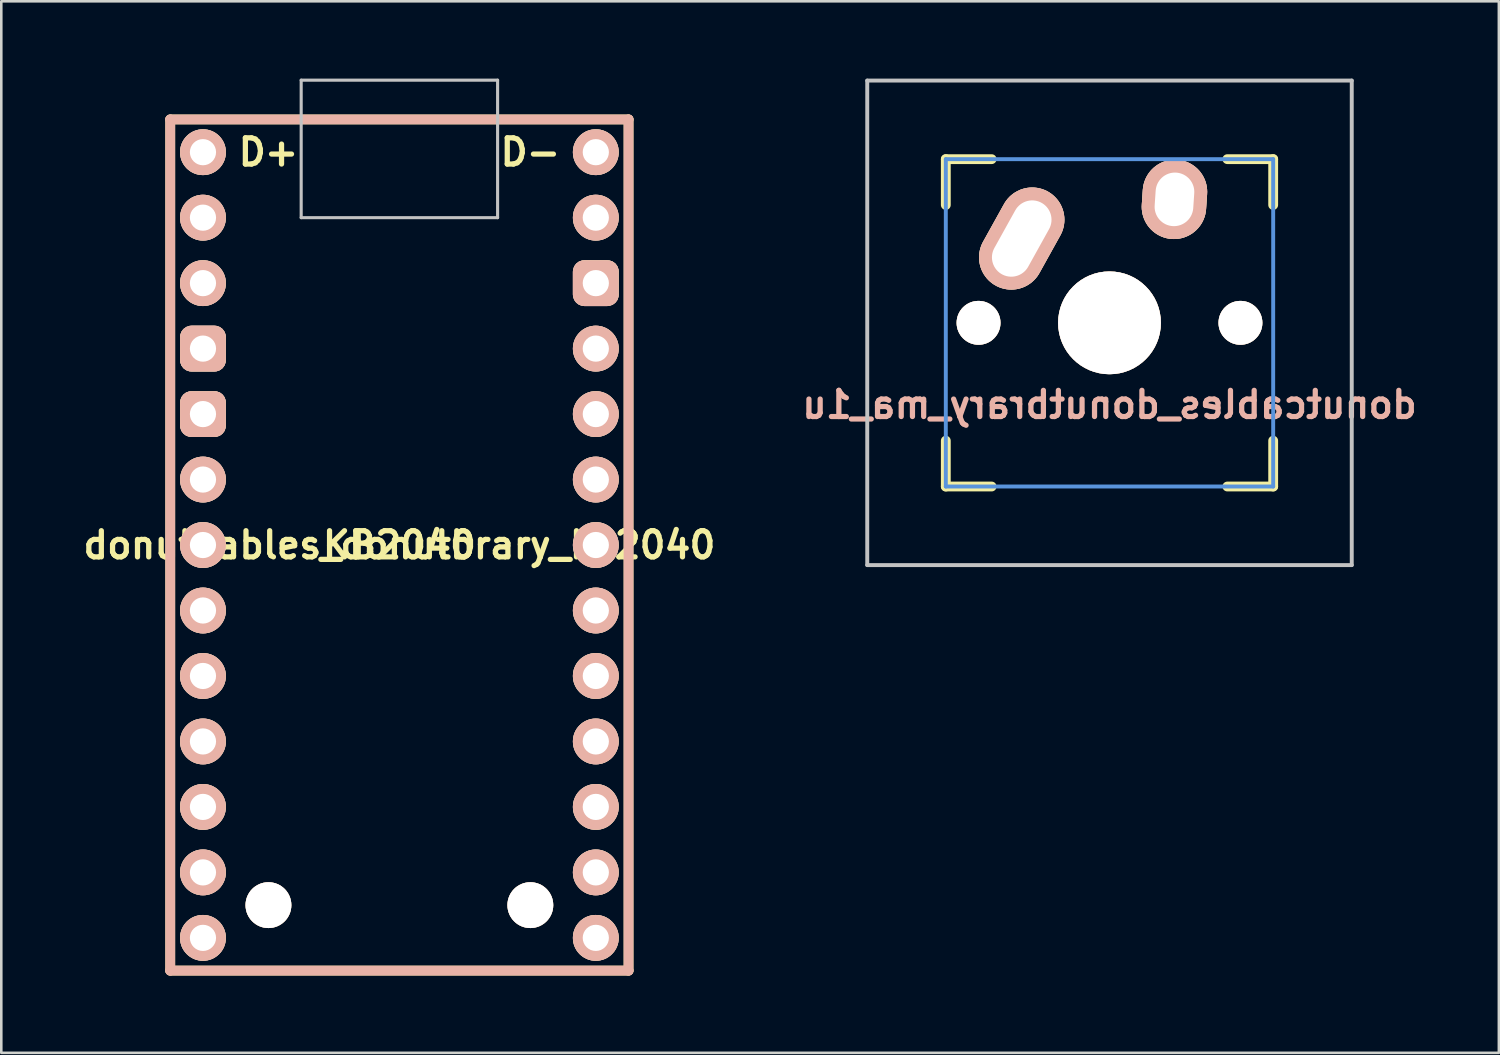
<source format=kicad_pcb>
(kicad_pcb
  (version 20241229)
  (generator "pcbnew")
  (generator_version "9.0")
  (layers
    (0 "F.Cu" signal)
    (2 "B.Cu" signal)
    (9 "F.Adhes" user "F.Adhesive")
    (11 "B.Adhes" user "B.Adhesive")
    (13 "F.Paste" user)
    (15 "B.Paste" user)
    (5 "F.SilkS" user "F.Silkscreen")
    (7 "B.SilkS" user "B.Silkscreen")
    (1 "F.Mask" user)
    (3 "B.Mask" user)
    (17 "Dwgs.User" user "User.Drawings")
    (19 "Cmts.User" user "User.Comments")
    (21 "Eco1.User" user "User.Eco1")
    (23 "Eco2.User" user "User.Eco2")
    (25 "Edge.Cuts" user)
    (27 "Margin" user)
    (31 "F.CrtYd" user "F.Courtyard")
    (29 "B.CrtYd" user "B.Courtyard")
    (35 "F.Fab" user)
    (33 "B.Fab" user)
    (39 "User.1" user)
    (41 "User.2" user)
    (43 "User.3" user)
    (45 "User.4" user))
  (footprint "donutcables_donutbrary_ma_1u"
    (layer "F.Cu")
    (at 39.992 9.474)
    (property "Reference" "donutcables_donutbrary_ma_1u" (at 0 3.175 0) (layer "B.SilkS") (effects (font (size 1.016 1.016) (thickness 0.203)) (justify mirror)))
    (property "Value" "${VALUE}" (at 5.334 10.922 0) (layer "F.Fab") (hide yes) (effects (font (size 1.016 1.016) (thickness 0.203))))
    (attr through_hole)
    (fp_line (start -6.35 -6.35) (end -4.572 -6.35) (stroke (width 0.381) (type solid)) (layer "F.SilkS"))
    (fp_line (start -6.35 -4.572) (end -6.35 -6.35) (stroke (width 0.381) (type solid)) (layer "F.SilkS"))
    (fp_line (start -6.35 6.35) (end -6.35 4.572) (stroke (width 0.381) (type solid)) (layer "F.SilkS"))
    (fp_line (start -4.572 6.35) (end -6.35 6.35) (stroke (width 0.381) (type solid)) (layer "F.SilkS"))
    (fp_line (start 4.572 -6.35) (end 6.35 -6.35) (stroke (width 0.381) (type solid)) (layer "F.SilkS"))
    (fp_line (start 6.35 -6.35) (end 6.35 -4.572) (stroke (width 0.381) (type solid)) (layer "F.SilkS"))
    (fp_line (start 6.35 4.572) (end 6.35 6.35) (stroke (width 0.381) (type solid)) (layer "F.SilkS"))
    (fp_line (start 6.35 6.35) (end 4.572 6.35) (stroke (width 0.381) (type solid)) (layer "F.SilkS"))
    (fp_line (start -9.398 -9.398) (end 9.398 -9.398) (stroke (width 0.152) (type solid)) (layer "Dwgs.User"))
    (fp_line (start -9.398 9.398) (end -9.398 -9.398) (stroke (width 0.152) (type solid)) (layer "Dwgs.User"))
    (fp_line (start 9.398 -9.398) (end 9.398 9.398) (stroke (width 0.152) (type solid)) (layer "Dwgs.User"))
    (fp_line (start 9.398 9.398) (end -9.398 9.398) (stroke (width 0.152) (type solid)) (layer "Dwgs.User"))
    (fp_line (start -6.35 -6.35) (end 6.35 -6.35) (stroke (width 0.152) (type solid)) (layer "Cmts.User"))
    (fp_line (start -6.35 6.35) (end -6.35 -6.35) (stroke (width 0.152) (type solid)) (layer "Cmts.User"))
    (fp_line (start 6.35 -6.35) (end 6.35 6.35) (stroke (width 0.152) (type solid)) (layer "Cmts.User"))
    (fp_line (start 6.35 6.35) (end -6.35 6.35) (stroke (width 0.152) (type solid)) (layer "Cmts.User"))
    (fp_line (start -6.985 -6.985) (end 6.985 -6.985) (stroke (width 0.152) (type solid)) (layer "Eco2.User"))
    (fp_line (start -6.985 6.985) (end -6.985 -6.985) (stroke (width 0.152) (type solid)) (layer "Eco2.User"))
    (fp_line (start 6.985 -6.985) (end 6.985 6.985) (stroke (width 0.152) (type solid)) (layer "Eco2.User"))
    (fp_line (start 6.985 6.985) (end -6.985 6.985) (stroke (width 0.152) (type solid)) (layer "Eco2.User"))
    (pad "" np_thru_hole circle (at -5.08 0) (size 1.702 1.702) (drill 1.702) (layers "*.Cu" "*.SilkS" "*.Mask"))
    (pad "" np_thru_hole circle (at 0 0) (size 3.988 3.988) (drill 3.988) (layers "*.Cu" "*.SilkS" "*.Mask"))
    (pad "" np_thru_hole circle (at 5.08 0) (size 1.702 1.702) (drill 1.702) (layers "*.Cu" "*.SilkS" "*.Mask"))
    (pad "1" thru_hole oval (at -3.405 -3.27 330.95) (size 2.5 4.17) (drill oval 1.5 3.17) (layers "*.Cu" "*.SilkS" "*.Mask"))
    (pad "2" thru_hole oval (at 2.52 -4.79 356.1) (size 2.5 3.08) (drill oval 1.5 2.08) (layers "*.Cu" "*.SilkS" "*.Mask")))
  (footprint "donutcables_donutbrary_kb2040"
    (layer "F.Cu")
    (at 12.444 18.094)
    (property "Reference" "donutcables_donutbrary_kb2040" (at 0 0 180) (layer "F.SilkS") (effects (font (size 1.016 1.016) (thickness 0.203))))
    (property "Value" "KB2040" (at 0 0 180) (layer "F.Fab") (hide yes) (effects (font (size 1.016 1.016) (thickness 0.203))))
    (attr through_hole)
    (fp_line (start -8.89 16.51) (end -8.89 -16.51) (stroke (width 0.381) (type solid)) (layer "F.SilkS"))
    (fp_line (start -8.89 16.51) (end 8.89 16.51) (stroke (width 0.381) (type solid)) (layer "F.SilkS"))
    (fp_line (start 8.89 -16.51) (end -8.89 -16.51) (stroke (width 0.381) (type solid)) (layer "F.SilkS"))
    (fp_line (start 8.89 16.51) (end 8.89 -16.51) (stroke (width 0.381) (type solid)) (layer "F.SilkS"))
    (fp_line (start -8.89 16.51) (end -8.89 -16.51) (stroke (width 0.381) (type solid)) (layer "B.SilkS"))
    (fp_line (start -8.89 16.51) (end 8.89 16.51) (stroke (width 0.381) (type solid)) (layer "B.SilkS"))
    (fp_line (start 8.89 -16.51) (end -8.89 -16.51) (stroke (width 0.381) (type solid)) (layer "B.SilkS"))
    (fp_line (start 8.89 16.51) (end 8.89 -16.51) (stroke (width 0.381) (type solid)) (layer "B.SilkS"))
    (fp_line (start -3.81 -12.7) (end -3.81 -18.034) (stroke (width 0.12) (type solid)) (layer "Dwgs.User"))
    (fp_line (start 3.81 -18.034) (end -3.81 -18.034) (stroke (width 0.12) (type solid)) (layer "Dwgs.User"))
    (fp_line (start 3.81 -18.034) (end 3.81 -12.7) (stroke (width 0.12) (type solid)) (layer "Dwgs.User"))
    (fp_line (start 3.81 -12.7) (end -3.81 -12.7) (stroke (width 0.12) (type solid)) (layer "Dwgs.User"))
    (fp_text user "D-" (at 5.08 -15.24 0) (unlocked yes) (layer "F.SilkS") (effects (font (size 1.016 1.016) (thickness 0.203))))
    (fp_text user "D+" (at -5.08 -15.24 0) (unlocked yes) (layer "F.SilkS") (effects (font (size 1.016 1.016) (thickness 0.203))))
    (fp_text user "${VALUE}" (at 0 0 0) (layer "F.SilkS") (effects (font (size 1.016 1.016) (thickness 0.203))))
    (pad "" np_thru_hole circle (at -5.08 13.97 270) (size 1.778 1.778) (drill 1.778) (layers "*.SilkS" "*.Mask"))
    (pad "" np_thru_hole circle (at 5.08 13.97 270) (size 1.778 1.778) (drill 1.778) (layers "*.SilkS" "*.Mask"))
    (pad "1" thru_hole circle (at -7.62 -15.24) (size 1.778 1.778) (drill 1.016) (layers "*.Cu" "*.SilkS" "*.Mask"))
    (pad "2" thru_hole circle (at -7.62 -12.7) (size 1.778 1.778) (drill 1.016) (layers "*.Cu" "*.SilkS" "*.Mask"))
    (pad "3" thru_hole circle (at -7.62 -10.16) (size 1.778 1.778) (drill 1.016) (layers "*.Cu" "*.SilkS" "*.Mask"))
    (pad "4" thru_hole roundrect (at -7.62 -7.62) (size 1.778 1.778) (drill 1.016) (layers "*.Cu" "*.SilkS" "*.Mask") (roundrect_rratio 0.25))
    (pad "5" thru_hole roundrect (at -7.62 -5.08) (size 1.778 1.778) (drill 1.016) (layers "*.Cu" "*.SilkS" "*.Mask") (roundrect_rratio 0.25))
    (pad "6" thru_hole circle (at -7.62 -2.54) (size 1.778 1.778) (drill 1.016) (layers "*.Cu" "*.SilkS" "*.Mask"))
    (pad "7" thru_hole circle (at -7.62 0) (size 1.778 1.778) (drill 1.016) (layers "*.Cu" "*.SilkS" "*.Mask"))
    (pad "8" thru_hole circle (at -7.62 2.54) (size 1.778 1.778) (drill 1.016) (layers "*.Cu" "*.SilkS" "*.Mask"))
    (pad "9" thru_hole circle (at -7.62 5.08) (size 1.778 1.778) (drill 1.016) (layers "*.Cu" "*.SilkS" "*.Mask"))
    (pad "10" thru_hole circle (at -7.62 7.62) (size 1.778 1.778) (drill 1.016) (layers "*.Cu" "*.SilkS" "*.Mask"))
    (pad "11" thru_hole circle (at -7.62 10.16) (size 1.778 1.778) (drill 1.016) (layers "*.Cu" "*.SilkS" "*.Mask"))
    (pad "12" thru_hole circle (at -7.62 12.7) (size 1.778 1.778) (drill 1.016) (layers "*.Cu" "*.SilkS" "*.Mask"))
    (pad "13" thru_hole circle (at -7.62 15.24) (size 1.778 1.778) (drill 1.016) (layers "*.Cu" "*.SilkS" "*.Mask"))
    (pad "14" thru_hole circle (at 7.62 15.24) (size 1.778 1.778) (drill 1.016) (layers "*.Cu" "*.SilkS" "*.Mask"))
    (pad "15" thru_hole circle (at 7.62 12.7) (size 1.778 1.778) (drill 1.016) (layers "*.Cu" "*.SilkS" "*.Mask"))
    (pad "16" thru_hole circle (at 7.62 10.16) (size 1.778 1.778) (drill 1.016) (layers "*.Cu" "*.SilkS" "*.Mask"))
    (pad "17" thru_hole circle (at 7.62 7.62) (size 1.778 1.778) (drill 1.016) (layers "*.Cu" "*.SilkS" "*.Mask"))
    (pad "18" thru_hole circle (at 7.62 5.08) (size 1.778 1.778) (drill 1.016) (layers "*.Cu" "*.SilkS" "*.Mask"))
    (pad "19" thru_hole circle (at 7.62 2.54) (size 1.778 1.778) (drill 1.016) (layers "*.Cu" "*.SilkS" "*.Mask"))
    (pad "20" thru_hole circle (at 7.62 0) (size 1.778 1.778) (drill 1.016) (layers "*.Cu" "*.SilkS" "*.Mask"))
    (pad "21" thru_hole circle (at 7.62 -2.54) (size 1.778 1.778) (drill 1.016) (layers "*.Cu" "*.SilkS" "*.Mask"))
    (pad "22" thru_hole circle (at 7.62 -5.08) (size 1.778 1.778) (drill 1.016) (layers "*.Cu" "*.SilkS" "*.Mask"))
    (pad "23" thru_hole circle (at 7.62 -7.62) (size 1.778 1.778) (drill 1.016) (layers "*.Cu" "*.SilkS" "*.Mask"))
    (pad "24" thru_hole roundrect (at 7.62 -10.16) (size 1.778 1.778) (drill 1.016) (layers "*.Cu" "*.SilkS" "*.Mask") (roundrect_rratio 0.25))
    (pad "25" thru_hole circle (at 7.62 -12.7) (size 1.778 1.778) (drill 1.016) (layers "*.Cu" "*.SilkS" "*.Mask"))
    (pad "26" thru_hole circle (at 7.62 -15.24) (size 1.778 1.778) (drill 1.016) (layers "*.Cu" "*.SilkS" "*.Mask")))
  (gr_rect
    (start -3 -3)
    (end 55.097 37.794)
    (stroke (width 0.1) (type default))
    (fill no)
    (layer "Edge.Cuts")))
</source>
